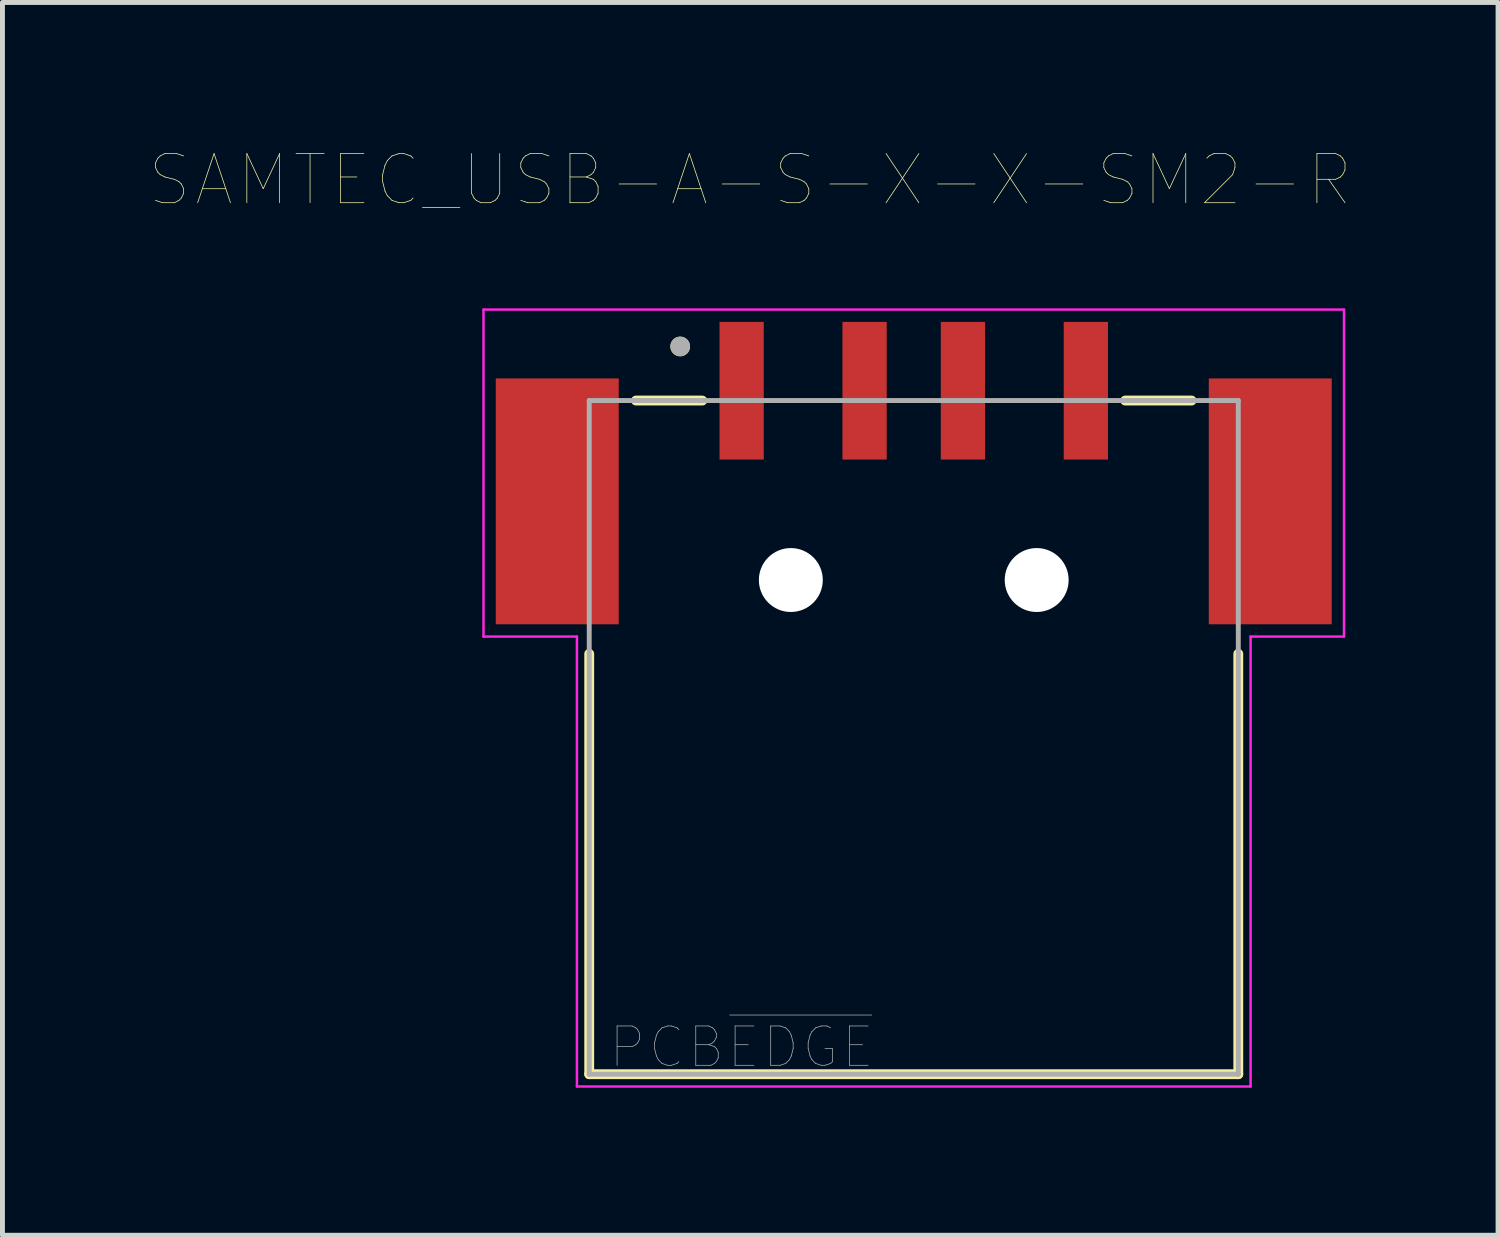
<source format=kicad_pcb>
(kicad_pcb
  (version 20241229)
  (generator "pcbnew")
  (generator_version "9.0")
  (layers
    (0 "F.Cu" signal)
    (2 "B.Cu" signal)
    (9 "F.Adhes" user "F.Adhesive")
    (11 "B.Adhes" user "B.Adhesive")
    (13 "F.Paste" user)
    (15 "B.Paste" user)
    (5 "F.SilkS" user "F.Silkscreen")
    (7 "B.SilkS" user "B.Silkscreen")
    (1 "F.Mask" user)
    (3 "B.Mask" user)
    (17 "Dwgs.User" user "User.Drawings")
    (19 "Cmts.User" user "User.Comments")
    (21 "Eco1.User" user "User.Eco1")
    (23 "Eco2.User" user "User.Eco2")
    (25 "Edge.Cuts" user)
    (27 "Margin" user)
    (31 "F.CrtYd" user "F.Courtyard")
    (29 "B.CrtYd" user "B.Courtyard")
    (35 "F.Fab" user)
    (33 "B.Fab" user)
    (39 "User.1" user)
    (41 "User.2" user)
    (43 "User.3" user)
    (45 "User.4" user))
  (footprint "SAMTEC_USB-A-S-X-X-SM2-R"
    (layer "F.Cu")
    (at 15.533 8.746)
    (property "Reference" "SAMTEC_USB-A-S-X-X-SM2-R" (at -3.325 -8.135 0) (layer "F.SilkS") (effects (font (size 1 1) (thickness 0.015))))
    (attr through_hole)
    (fp_line (start -6.6 10.05) (end -6.6 1.5) (stroke (width 0.2) (type solid)) (layer "F.SilkS"))
    (fp_line (start -5.65 -3.65) (end -4.3 -3.65) (stroke (width 0.2) (type solid)) (layer "F.SilkS"))
    (fp_line (start 4.3 -3.65) (end 5.65 -3.65) (stroke (width 0.2) (type solid)) (layer "F.SilkS"))
    (fp_line (start 6.6 1.5) (end 6.6 10.05) (stroke (width 0.2) (type solid)) (layer "F.SilkS"))
    (fp_line (start 6.6 10.05) (end -6.6 10.05) (stroke (width 0.2) (type solid)) (layer "F.SilkS"))
    (fp_circle (center -4.75 -4.75) (end -4.65 -4.75) (stroke (width 0.2) (type solid)) (fill no) (layer "F.SilkS"))
    (fp_line (start -8.75 -5.5) (end 8.75 -5.5) (stroke (width 0.05) (type solid)) (layer "F.CrtYd"))
    (fp_line (start -8.75 1.15) (end -8.75 -5.5) (stroke (width 0.05) (type solid)) (layer "F.CrtYd"))
    (fp_line (start -6.85 1.15) (end -8.75 1.15) (stroke (width 0.05) (type solid)) (layer "F.CrtYd"))
    (fp_line (start -6.85 10.3) (end -6.85 1.15) (stroke (width 0.05) (type solid)) (layer "F.CrtYd"))
    (fp_line (start 6.85 1.15) (end 6.85 10.3) (stroke (width 0.05) (type solid)) (layer "F.CrtYd"))
    (fp_line (start 6.85 10.3) (end -6.85 10.3) (stroke (width 0.05) (type solid)) (layer "F.CrtYd"))
    (fp_line (start 8.75 -5.5) (end 8.75 1.15) (stroke (width 0.05) (type solid)) (layer "F.CrtYd"))
    (fp_line (start 8.75 1.15) (end 6.85 1.15) (stroke (width 0.05) (type solid)) (layer "F.CrtYd"))
    (fp_line (start -6.6 -3.65) (end 6.6 -3.65) (stroke (width 0.1) (type solid)) (layer "F.Fab"))
    (fp_line (start -6.6 10.05) (end -6.6 -3.65) (stroke (width 0.1) (type solid)) (layer "F.Fab"))
    (fp_line (start 6.6 -3.65) (end 6.6 10.05) (stroke (width 0.1) (type solid)) (layer "F.Fab"))
    (fp_line (start 6.6 10.05) (end -6.6 10.05) (stroke (width 0.1) (type solid)) (layer "F.Fab"))
    (fp_circle (center -4.75 -4.75) (end -4.65 -4.75) (stroke (width 0.2) (type solid)) (fill no) (layer "F.Fab"))
    (fp_text user "PCB~{EDGE}" (at -3.5 9.5 0) (layer "F.Fab") (effects (font (size 0.8 0.8) (thickness 0.015))))
    (pad "" np_thru_hole circle (at -2.5 0) (size 1.3 1.3) (drill 1.3) (layers "*.Cu" "*.Mask"))
    (pad "" np_thru_hole circle (at 2.5 0) (size 1.3 1.3) (drill 1.3) (layers "*.Cu" "*.Mask"))
    (pad "01" smd rect (at -3.5 -3.85) (size 0.9 2.8) (layers "F.Cu" "F.Mask" "F.Paste"))
    (pad "02" smd rect (at -1 -3.85) (size 0.9 2.8) (layers "F.Cu" "F.Mask" "F.Paste"))
    (pad "03" smd rect (at 1 -3.85) (size 0.9 2.8) (layers "F.Cu" "F.Mask" "F.Paste"))
    (pad "04" smd rect (at 3.5 -3.85) (size 0.9 2.8) (layers "F.Cu" "F.Mask" "F.Paste"))
    (pad "S1" smd rect (at -7.25 -1.6) (size 2.5 5) (layers "F.Cu" "F.Mask" "F.Paste"))
    (pad "S2" smd rect (at 7.25 -1.6) (size 2.5 5) (layers "F.Cu" "F.Mask" "F.Paste")))
  (gr_rect
    (start -3 -3)
    (end 27.416 22.071)
    (stroke (width 0.1) (type default))
    (fill no)
    (layer "Edge.Cuts")))
</source>
